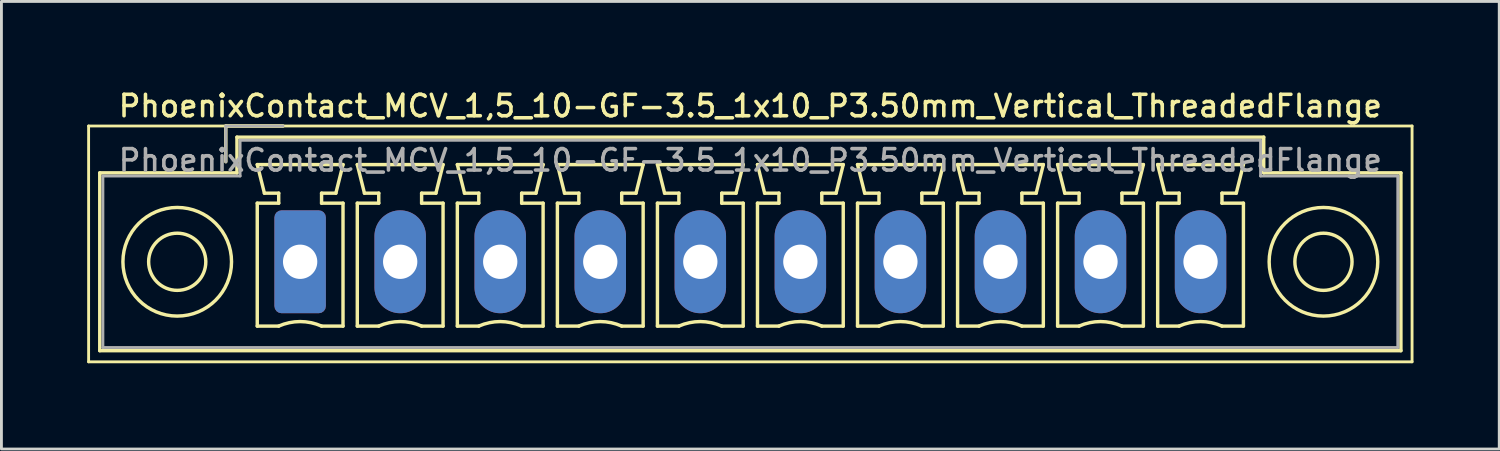
<source format=kicad_pcb>
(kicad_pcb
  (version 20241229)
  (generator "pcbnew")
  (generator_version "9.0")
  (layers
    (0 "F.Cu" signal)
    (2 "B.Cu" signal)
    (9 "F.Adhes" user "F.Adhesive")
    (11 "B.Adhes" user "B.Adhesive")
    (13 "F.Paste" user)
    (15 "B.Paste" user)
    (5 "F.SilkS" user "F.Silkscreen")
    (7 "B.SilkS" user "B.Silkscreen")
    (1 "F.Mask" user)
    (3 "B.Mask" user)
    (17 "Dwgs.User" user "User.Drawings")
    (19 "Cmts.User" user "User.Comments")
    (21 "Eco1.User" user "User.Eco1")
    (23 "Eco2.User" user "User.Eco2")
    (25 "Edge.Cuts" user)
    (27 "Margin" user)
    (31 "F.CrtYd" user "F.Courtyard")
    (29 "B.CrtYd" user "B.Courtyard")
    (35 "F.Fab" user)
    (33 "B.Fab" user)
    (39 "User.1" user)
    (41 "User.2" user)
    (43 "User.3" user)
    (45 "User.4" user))
  (footprint "PhoenixContact_MCV_1,5_10-GF-3.5_1x10_P3.50mm_Vertical_ThreadedFlange"
    (layer "F.Cu")
    (at 7.45 6.108)
    (property "Reference" "PhoenixContact_MCV_1,5_10-GF-3.5_1x10_P3.50mm_Vertical_ThreadedFlange" (at 15.75 -5.45 0) (layer "F.SilkS") (effects (font (size 0.75 0.75) (thickness 0.125))))
    (attr through_hole)
    (fp_line (start -7.4 -4.75) (end -7.4 3.5) (stroke (width 0.1) (type solid)) (layer "F.SilkS"))
    (fp_line (start -7.4 3.5) (end 38.9 3.5) (stroke (width 0.1) (type solid)) (layer "F.SilkS"))
    (fp_line (start -7.01 -3.11) (end -7.01 3.11) (stroke (width 0.12) (type solid)) (layer "F.SilkS"))
    (fp_line (start -7.01 3.11) (end 38.51 3.11) (stroke (width 0.12) (type solid)) (layer "F.SilkS"))
    (fp_line (start -2.6 -4.75) (end -0.6 -4.75) (stroke (width 0.12) (type solid)) (layer "F.SilkS"))
    (fp_line (start -2.6 -3.5) (end -2.6 -4.75) (stroke (width 0.12) (type solid)) (layer "F.SilkS"))
    (fp_line (start -2.21 -4.36) (end -2.21 -3.11) (stroke (width 0.12) (type solid)) (layer "F.SilkS"))
    (fp_line (start -2.21 -3.11) (end -7.01 -3.11) (stroke (width 0.12) (type solid)) (layer "F.SilkS"))
    (fp_line (start -1.5 -3.4) (end 1.5 -3.4) (stroke (width 0.12) (type solid)) (layer "F.SilkS"))
    (fp_line (start -1.5 -2.05) (end -0.75 -2.05) (stroke (width 0.12) (type solid)) (layer "F.SilkS"))
    (fp_line (start -1.5 2.25) (end -1.5 -2.05) (stroke (width 0.12) (type solid)) (layer "F.SilkS"))
    (fp_line (start -1.25 -2.4) (end -1.5 -3.4) (stroke (width 0.12) (type solid)) (layer "F.SilkS"))
    (fp_line (start -0.75 -2.4) (end -1.25 -2.4) (stroke (width 0.12) (type solid)) (layer "F.SilkS"))
    (fp_line (start -0.75 -2.05) (end -0.75 -2.4) (stroke (width 0.12) (type solid)) (layer "F.SilkS"))
    (fp_line (start -0.75 2.25) (end -1.5 2.25) (stroke (width 0.12) (type solid)) (layer "F.SilkS"))
    (fp_line (start 0.75 -2.4) (end 0.75 -2.05) (stroke (width 0.12) (type solid)) (layer "F.SilkS"))
    (fp_line (start 0.75 -2.05) (end 1.5 -2.05) (stroke (width 0.12) (type solid)) (layer "F.SilkS"))
    (fp_line (start 1.25 -2.4) (end 0.75 -2.4) (stroke (width 0.12) (type solid)) (layer "F.SilkS"))
    (fp_line (start 1.5 -3.4) (end 1.25 -2.4) (stroke (width 0.12) (type solid)) (layer "F.SilkS"))
    (fp_line (start 1.5 -2.05) (end 1.5 2.25) (stroke (width 0.12) (type solid)) (layer "F.SilkS"))
    (fp_line (start 1.5 2.25) (end 0.75 2.25) (stroke (width 0.12) (type solid)) (layer "F.SilkS"))
    (fp_line (start 2 -3.4) (end 5 -3.4) (stroke (width 0.12) (type solid)) (layer "F.SilkS"))
    (fp_line (start 2 -2.05) (end 2.75 -2.05) (stroke (width 0.12) (type solid)) (layer "F.SilkS"))
    (fp_line (start 2 2.25) (end 2 -2.05) (stroke (width 0.12) (type solid)) (layer "F.SilkS"))
    (fp_line (start 2.25 -2.4) (end 2 -3.4) (stroke (width 0.12) (type solid)) (layer "F.SilkS"))
    (fp_line (start 2.75 -2.4) (end 2.25 -2.4) (stroke (width 0.12) (type solid)) (layer "F.SilkS"))
    (fp_line (start 2.75 -2.05) (end 2.75 -2.4) (stroke (width 0.12) (type solid)) (layer "F.SilkS"))
    (fp_line (start 2.75 2.25) (end 2 2.25) (stroke (width 0.12) (type solid)) (layer "F.SilkS"))
    (fp_line (start 4.25 -2.4) (end 4.25 -2.05) (stroke (width 0.12) (type solid)) (layer "F.SilkS"))
    (fp_line (start 4.25 -2.05) (end 5 -2.05) (stroke (width 0.12) (type solid)) (layer "F.SilkS"))
    (fp_line (start 4.75 -2.4) (end 4.25 -2.4) (stroke (width 0.12) (type solid)) (layer "F.SilkS"))
    (fp_line (start 5 -3.4) (end 4.75 -2.4) (stroke (width 0.12) (type solid)) (layer "F.SilkS"))
    (fp_line (start 5 -2.05) (end 5 2.25) (stroke (width 0.12) (type solid)) (layer "F.SilkS"))
    (fp_line (start 5 2.25) (end 4.25 2.25) (stroke (width 0.12) (type solid)) (layer "F.SilkS"))
    (fp_line (start 5.5 -3.4) (end 8.5 -3.4) (stroke (width 0.12) (type solid)) (layer "F.SilkS"))
    (fp_line (start 5.5 -2.05) (end 6.25 -2.05) (stroke (width 0.12) (type solid)) (layer "F.SilkS"))
    (fp_line (start 5.5 2.25) (end 5.5 -2.05) (stroke (width 0.12) (type solid)) (layer "F.SilkS"))
    (fp_line (start 5.75 -2.4) (end 5.5 -3.4) (stroke (width 0.12) (type solid)) (layer "F.SilkS"))
    (fp_line (start 6.25 -2.4) (end 5.75 -2.4) (stroke (width 0.12) (type solid)) (layer "F.SilkS"))
    (fp_line (start 6.25 -2.05) (end 6.25 -2.4) (stroke (width 0.12) (type solid)) (layer "F.SilkS"))
    (fp_line (start 6.25 2.25) (end 5.5 2.25) (stroke (width 0.12) (type solid)) (layer "F.SilkS"))
    (fp_line (start 7.75 -2.4) (end 7.75 -2.05) (stroke (width 0.12) (type solid)) (layer "F.SilkS"))
    (fp_line (start 7.75 -2.05) (end 8.5 -2.05) (stroke (width 0.12) (type solid)) (layer "F.SilkS"))
    (fp_line (start 8.25 -2.4) (end 7.75 -2.4) (stroke (width 0.12) (type solid)) (layer "F.SilkS"))
    (fp_line (start 8.5 -3.4) (end 8.25 -2.4) (stroke (width 0.12) (type solid)) (layer "F.SilkS"))
    (fp_line (start 8.5 -2.05) (end 8.5 2.25) (stroke (width 0.12) (type solid)) (layer "F.SilkS"))
    (fp_line (start 8.5 2.25) (end 7.75 2.25) (stroke (width 0.12) (type solid)) (layer "F.SilkS"))
    (fp_line (start 9 -3.4) (end 12 -3.4) (stroke (width 0.12) (type solid)) (layer "F.SilkS"))
    (fp_line (start 9 -2.05) (end 9.75 -2.05) (stroke (width 0.12) (type solid)) (layer "F.SilkS"))
    (fp_line (start 9 2.25) (end 9 -2.05) (stroke (width 0.12) (type solid)) (layer "F.SilkS"))
    (fp_line (start 9.25 -2.4) (end 9 -3.4) (stroke (width 0.12) (type solid)) (layer "F.SilkS"))
    (fp_line (start 9.75 -2.4) (end 9.25 -2.4) (stroke (width 0.12) (type solid)) (layer "F.SilkS"))
    (fp_line (start 9.75 -2.05) (end 9.75 -2.4) (stroke (width 0.12) (type solid)) (layer "F.SilkS"))
    (fp_line (start 9.75 2.25) (end 9 2.25) (stroke (width 0.12) (type solid)) (layer "F.SilkS"))
    (fp_line (start 11.25 -2.4) (end 11.25 -2.05) (stroke (width 0.12) (type solid)) (layer "F.SilkS"))
    (fp_line (start 11.25 -2.05) (end 12 -2.05) (stroke (width 0.12) (type solid)) (layer "F.SilkS"))
    (fp_line (start 11.75 -2.4) (end 11.25 -2.4) (stroke (width 0.12) (type solid)) (layer "F.SilkS"))
    (fp_line (start 12 -3.4) (end 11.75 -2.4) (stroke (width 0.12) (type solid)) (layer "F.SilkS"))
    (fp_line (start 12 -2.05) (end 12 2.25) (stroke (width 0.12) (type solid)) (layer "F.SilkS"))
    (fp_line (start 12 2.25) (end 11.25 2.25) (stroke (width 0.12) (type solid)) (layer "F.SilkS"))
    (fp_line (start 12.5 -3.4) (end 15.5 -3.4) (stroke (width 0.12) (type solid)) (layer "F.SilkS"))
    (fp_line (start 12.5 -2.05) (end 13.25 -2.05) (stroke (width 0.12) (type solid)) (layer "F.SilkS"))
    (fp_line (start 12.5 2.25) (end 12.5 -2.05) (stroke (width 0.12) (type solid)) (layer "F.SilkS"))
    (fp_line (start 12.75 -2.4) (end 12.5 -3.4) (stroke (width 0.12) (type solid)) (layer "F.SilkS"))
    (fp_line (start 13.25 -2.4) (end 12.75 -2.4) (stroke (width 0.12) (type solid)) (layer "F.SilkS"))
    (fp_line (start 13.25 -2.05) (end 13.25 -2.4) (stroke (width 0.12) (type solid)) (layer "F.SilkS"))
    (fp_line (start 13.25 2.25) (end 12.5 2.25) (stroke (width 0.12) (type solid)) (layer "F.SilkS"))
    (fp_line (start 14.75 -2.4) (end 14.75 -2.05) (stroke (width 0.12) (type solid)) (layer "F.SilkS"))
    (fp_line (start 14.75 -2.05) (end 15.5 -2.05) (stroke (width 0.12) (type solid)) (layer "F.SilkS"))
    (fp_line (start 15.25 -2.4) (end 14.75 -2.4) (stroke (width 0.12) (type solid)) (layer "F.SilkS"))
    (fp_line (start 15.5 -3.4) (end 15.25 -2.4) (stroke (width 0.12) (type solid)) (layer "F.SilkS"))
    (fp_line (start 15.5 -2.05) (end 15.5 2.25) (stroke (width 0.12) (type solid)) (layer "F.SilkS"))
    (fp_line (start 15.5 2.25) (end 14.75 2.25) (stroke (width 0.12) (type solid)) (layer "F.SilkS"))
    (fp_line (start 16 -3.4) (end 19 -3.4) (stroke (width 0.12) (type solid)) (layer "F.SilkS"))
    (fp_line (start 16 -2.05) (end 16.75 -2.05) (stroke (width 0.12) (type solid)) (layer "F.SilkS"))
    (fp_line (start 16 2.25) (end 16 -2.05) (stroke (width 0.12) (type solid)) (layer "F.SilkS"))
    (fp_line (start 16.25 -2.4) (end 16 -3.4) (stroke (width 0.12) (type solid)) (layer "F.SilkS"))
    (fp_line (start 16.75 -2.4) (end 16.25 -2.4) (stroke (width 0.12) (type solid)) (layer "F.SilkS"))
    (fp_line (start 16.75 -2.05) (end 16.75 -2.4) (stroke (width 0.12) (type solid)) (layer "F.SilkS"))
    (fp_line (start 16.75 2.25) (end 16 2.25) (stroke (width 0.12) (type solid)) (layer "F.SilkS"))
    (fp_line (start 18.25 -2.4) (end 18.25 -2.05) (stroke (width 0.12) (type solid)) (layer "F.SilkS"))
    (fp_line (start 18.25 -2.05) (end 19 -2.05) (stroke (width 0.12) (type solid)) (layer "F.SilkS"))
    (fp_line (start 18.75 -2.4) (end 18.25 -2.4) (stroke (width 0.12) (type solid)) (layer "F.SilkS"))
    (fp_line (start 19 -3.4) (end 18.75 -2.4) (stroke (width 0.12) (type solid)) (layer "F.SilkS"))
    (fp_line (start 19 -2.05) (end 19 2.25) (stroke (width 0.12) (type solid)) (layer "F.SilkS"))
    (fp_line (start 19 2.25) (end 18.25 2.25) (stroke (width 0.12) (type solid)) (layer "F.SilkS"))
    (fp_line (start 19.5 -3.4) (end 22.5 -3.4) (stroke (width 0.12) (type solid)) (layer "F.SilkS"))
    (fp_line (start 19.5 -2.05) (end 20.25 -2.05) (stroke (width 0.12) (type solid)) (layer "F.SilkS"))
    (fp_line (start 19.5 2.25) (end 19.5 -2.05) (stroke (width 0.12) (type solid)) (layer "F.SilkS"))
    (fp_line (start 19.75 -2.4) (end 19.5 -3.4) (stroke (width 0.12) (type solid)) (layer "F.SilkS"))
    (fp_line (start 20.25 -2.4) (end 19.75 -2.4) (stroke (width 0.12) (type solid)) (layer "F.SilkS"))
    (fp_line (start 20.25 -2.05) (end 20.25 -2.4) (stroke (width 0.12) (type solid)) (layer "F.SilkS"))
    (fp_line (start 20.25 2.25) (end 19.5 2.25) (stroke (width 0.12) (type solid)) (layer "F.SilkS"))
    (fp_line (start 21.75 -2.4) (end 21.75 -2.05) (stroke (width 0.12) (type solid)) (layer "F.SilkS"))
    (fp_line (start 21.75 -2.05) (end 22.5 -2.05) (stroke (width 0.12) (type solid)) (layer "F.SilkS"))
    (fp_line (start 22.25 -2.4) (end 21.75 -2.4) (stroke (width 0.12) (type solid)) (layer "F.SilkS"))
    (fp_line (start 22.5 -3.4) (end 22.25 -2.4) (stroke (width 0.12) (type solid)) (layer "F.SilkS"))
    (fp_line (start 22.5 -2.05) (end 22.5 2.25) (stroke (width 0.12) (type solid)) (layer "F.SilkS"))
    (fp_line (start 22.5 2.25) (end 21.75 2.25) (stroke (width 0.12) (type solid)) (layer "F.SilkS"))
    (fp_line (start 23 -3.4) (end 26 -3.4) (stroke (width 0.12) (type solid)) (layer "F.SilkS"))
    (fp_line (start 23 -2.05) (end 23.75 -2.05) (stroke (width 0.12) (type solid)) (layer "F.SilkS"))
    (fp_line (start 23 2.25) (end 23 -2.05) (stroke (width 0.12) (type solid)) (layer "F.SilkS"))
    (fp_line (start 23.25 -2.4) (end 23 -3.4) (stroke (width 0.12) (type solid)) (layer "F.SilkS"))
    (fp_line (start 23.75 -2.4) (end 23.25 -2.4) (stroke (width 0.12) (type solid)) (layer "F.SilkS"))
    (fp_line (start 23.75 -2.05) (end 23.75 -2.4) (stroke (width 0.12) (type solid)) (layer "F.SilkS"))
    (fp_line (start 23.75 2.25) (end 23 2.25) (stroke (width 0.12) (type solid)) (layer "F.SilkS"))
    (fp_line (start 25.25 -2.4) (end 25.25 -2.05) (stroke (width 0.12) (type solid)) (layer "F.SilkS"))
    (fp_line (start 25.25 -2.05) (end 26 -2.05) (stroke (width 0.12) (type solid)) (layer "F.SilkS"))
    (fp_line (start 25.75 -2.4) (end 25.25 -2.4) (stroke (width 0.12) (type solid)) (layer "F.SilkS"))
    (fp_line (start 26 -3.4) (end 25.75 -2.4) (stroke (width 0.12) (type solid)) (layer "F.SilkS"))
    (fp_line (start 26 -2.05) (end 26 2.25) (stroke (width 0.12) (type solid)) (layer "F.SilkS"))
    (fp_line (start 26 2.25) (end 25.25 2.25) (stroke (width 0.12) (type solid)) (layer "F.SilkS"))
    (fp_line (start 26.5 -3.4) (end 29.5 -3.4) (stroke (width 0.12) (type solid)) (layer "F.SilkS"))
    (fp_line (start 26.5 -2.05) (end 27.25 -2.05) (stroke (width 0.12) (type solid)) (layer "F.SilkS"))
    (fp_line (start 26.5 2.25) (end 26.5 -2.05) (stroke (width 0.12) (type solid)) (layer "F.SilkS"))
    (fp_line (start 26.75 -2.4) (end 26.5 -3.4) (stroke (width 0.12) (type solid)) (layer "F.SilkS"))
    (fp_line (start 27.25 -2.4) (end 26.75 -2.4) (stroke (width 0.12) (type solid)) (layer "F.SilkS"))
    (fp_line (start 27.25 -2.05) (end 27.25 -2.4) (stroke (width 0.12) (type solid)) (layer "F.SilkS"))
    (fp_line (start 27.25 2.25) (end 26.5 2.25) (stroke (width 0.12) (type solid)) (layer "F.SilkS"))
    (fp_line (start 28.75 -2.4) (end 28.75 -2.05) (stroke (width 0.12) (type solid)) (layer "F.SilkS"))
    (fp_line (start 28.75 -2.05) (end 29.5 -2.05) (stroke (width 0.12) (type solid)) (layer "F.SilkS"))
    (fp_line (start 29.25 -2.4) (end 28.75 -2.4) (stroke (width 0.12) (type solid)) (layer "F.SilkS"))
    (fp_line (start 29.5 -3.4) (end 29.25 -2.4) (stroke (width 0.12) (type solid)) (layer "F.SilkS"))
    (fp_line (start 29.5 -2.05) (end 29.5 2.25) (stroke (width 0.12) (type solid)) (layer "F.SilkS"))
    (fp_line (start 29.5 2.25) (end 28.75 2.25) (stroke (width 0.12) (type solid)) (layer "F.SilkS"))
    (fp_line (start 30 -3.4) (end 33 -3.4) (stroke (width 0.12) (type solid)) (layer "F.SilkS"))
    (fp_line (start 30 -2.05) (end 30.75 -2.05) (stroke (width 0.12) (type solid)) (layer "F.SilkS"))
    (fp_line (start 30 2.25) (end 30 -2.05) (stroke (width 0.12) (type solid)) (layer "F.SilkS"))
    (fp_line (start 30.25 -2.4) (end 30 -3.4) (stroke (width 0.12) (type solid)) (layer "F.SilkS"))
    (fp_line (start 30.75 -2.4) (end 30.25 -2.4) (stroke (width 0.12) (type solid)) (layer "F.SilkS"))
    (fp_line (start 30.75 -2.05) (end 30.75 -2.4) (stroke (width 0.12) (type solid)) (layer "F.SilkS"))
    (fp_line (start 30.75 2.25) (end 30 2.25) (stroke (width 0.12) (type solid)) (layer "F.SilkS"))
    (fp_line (start 32.25 -2.4) (end 32.25 -2.05) (stroke (width 0.12) (type solid)) (layer "F.SilkS"))
    (fp_line (start 32.25 -2.05) (end 33 -2.05) (stroke (width 0.12) (type solid)) (layer "F.SilkS"))
    (fp_line (start 32.75 -2.4) (end 32.25 -2.4) (stroke (width 0.12) (type solid)) (layer "F.SilkS"))
    (fp_line (start 33 -3.4) (end 32.75 -2.4) (stroke (width 0.12) (type solid)) (layer "F.SilkS"))
    (fp_line (start 33 -2.05) (end 33 2.25) (stroke (width 0.12) (type solid)) (layer "F.SilkS"))
    (fp_line (start 33 2.25) (end 32.25 2.25) (stroke (width 0.12) (type solid)) (layer "F.SilkS"))
    (fp_line (start 33.71 -4.36) (end -2.21 -4.36) (stroke (width 0.12) (type solid)) (layer "F.SilkS"))
    (fp_line (start 33.71 -3.11) (end 33.71 -4.36) (stroke (width 0.12) (type solid)) (layer "F.SilkS"))
    (fp_line (start 38.51 -3.11) (end 33.71 -3.11) (stroke (width 0.12) (type solid)) (layer "F.SilkS"))
    (fp_line (start 38.51 3.11) (end 38.51 -3.11) (stroke (width 0.12) (type solid)) (layer "F.SilkS"))
    (fp_line (start 38.9 -4.75) (end -7.4 -4.75) (stroke (width 0.1) (type solid)) (layer "F.SilkS"))
    (fp_line (start 38.9 3.5) (end 38.9 -4.75) (stroke (width 0.1) (type solid)) (layer "F.SilkS"))
    (fp_arc (start -0.75 2.25) (mid -0.000193 2.09191) (end 0.749647 2.249844) (stroke (width 0.12) (type solid)) (layer "F.SilkS"))
    (fp_arc (start 2.75 2.25) (mid 3.499807 2.09191) (end 4.249647 2.249844) (stroke (width 0.12) (type solid)) (layer "F.SilkS"))
    (fp_arc (start 6.25 2.25) (mid 6.999807 2.09191) (end 7.749647 2.249844) (stroke (width 0.12) (type solid)) (layer "F.SilkS"))
    (fp_arc (start 9.75 2.25) (mid 10.499807 2.09191) (end 11.249647 2.249844) (stroke (width 0.12) (type solid)) (layer "F.SilkS"))
    (fp_arc (start 13.25 2.25) (mid 13.999807 2.09191) (end 14.749647 2.249844) (stroke (width 0.12) (type solid)) (layer "F.SilkS"))
    (fp_arc (start 16.75 2.25) (mid 17.499807 2.09191) (end 18.249647 2.249844) (stroke (width 0.12) (type solid)) (layer "F.SilkS"))
    (fp_arc (start 20.25 2.25) (mid 20.999807 2.09191) (end 21.749647 2.249844) (stroke (width 0.12) (type solid)) (layer "F.SilkS"))
    (fp_arc (start 23.75 2.25) (mid 24.499807 2.09191) (end 25.249647 2.249844) (stroke (width 0.12) (type solid)) (layer "F.SilkS"))
    (fp_arc (start 27.25 2.25) (mid 27.999807 2.09191) (end 28.749647 2.249844) (stroke (width 0.12) (type solid)) (layer "F.SilkS"))
    (fp_arc (start 30.75 2.25) (mid 31.499807 2.09191) (end 32.249647 2.249844) (stroke (width 0.12) (type solid)) (layer "F.SilkS"))
    (fp_circle (center -4.3 0) (end -3.3 0) (stroke (width 0.12) (type solid)) (fill no) (layer "F.SilkS"))
    (fp_circle (center -4.3 0) (end -2.4 0) (stroke (width 0.12) (type solid)) (fill no) (layer "F.SilkS"))
    (fp_circle (center 35.8 0) (end 36.8 0) (stroke (width 0.12) (type solid)) (fill no) (layer "F.SilkS"))
    (fp_circle (center 35.8 0) (end 37.7 0) (stroke (width 0.12) (type solid)) (fill no) (layer "F.SilkS"))
    (fp_line (start -6.9 -3) (end -6.9 3) (stroke (width 0.1) (type solid)) (layer "F.Fab"))
    (fp_line (start -6.9 3) (end 38.4 3) (stroke (width 0.1) (type solid)) (layer "F.Fab"))
    (fp_line (start -2.6 -4.75) (end -0.6 -4.75) (stroke (width 0.1) (type solid)) (layer "F.Fab"))
    (fp_line (start -2.6 -3.5) (end -2.6 -4.75) (stroke (width 0.1) (type solid)) (layer "F.Fab"))
    (fp_line (start -2.1 -4.25) (end -2.1 -3) (stroke (width 0.1) (type solid)) (layer "F.Fab"))
    (fp_line (start -2.1 -3) (end -6.9 -3) (stroke (width 0.1) (type solid)) (layer "F.Fab"))
    (fp_line (start 33.6 -4.25) (end -2.1 -4.25) (stroke (width 0.1) (type solid)) (layer "F.Fab"))
    (fp_line (start 33.6 -3) (end 33.6 -4.25) (stroke (width 0.1) (type solid)) (layer "F.Fab"))
    (fp_line (start 38.4 -3) (end 33.6 -3) (stroke (width 0.1) (type solid)) (layer "F.Fab"))
    (fp_line (start 38.4 3) (end 38.4 -3) (stroke (width 0.1) (type solid)) (layer "F.Fab"))
    (fp_text user "${REFERENCE}" (at 15.75 -3.55 0) (layer "F.Fab") (effects (font (size 0.75 0.75) (thickness 0.125))))
    (pad "1" thru_hole roundrect (at 0 0) (size 1.8 3.6) (drill 1.2) (layers "*.Cu" "*.Mask") (roundrect_rratio 0.139))
    (pad "2" thru_hole oval (at 3.5 0) (size 1.8 3.6) (drill 1.2) (layers "*.Cu" "*.Mask"))
    (pad "3" thru_hole oval (at 7 0) (size 1.8 3.6) (drill 1.2) (layers "*.Cu" "*.Mask"))
    (pad "4" thru_hole oval (at 10.5 0) (size 1.8 3.6) (drill 1.2) (layers "*.Cu" "*.Mask"))
    (pad "5" thru_hole oval (at 14 0) (size 1.8 3.6) (drill 1.2) (layers "*.Cu" "*.Mask"))
    (pad "6" thru_hole oval (at 17.5 0) (size 1.8 3.6) (drill 1.2) (layers "*.Cu" "*.Mask"))
    (pad "7" thru_hole oval (at 21 0) (size 1.8 3.6) (drill 1.2) (layers "*.Cu" "*.Mask"))
    (pad "8" thru_hole oval (at 24.5 0) (size 1.8 3.6) (drill 1.2) (layers "*.Cu" "*.Mask"))
    (pad "9" thru_hole oval (at 28 0) (size 1.8 3.6) (drill 1.2) (layers "*.Cu" "*.Mask"))
    (pad "10" thru_hole oval (at 31.5 0) (size 1.8 3.6) (drill 1.2) (layers "*.Cu" "*.Mask")))
  (gr_rect
    (start -3 -3)
    (end 49.4 12.658)
    (stroke (width 0.1) (type default))
    (fill no)
    (layer "Edge.Cuts")))
</source>
